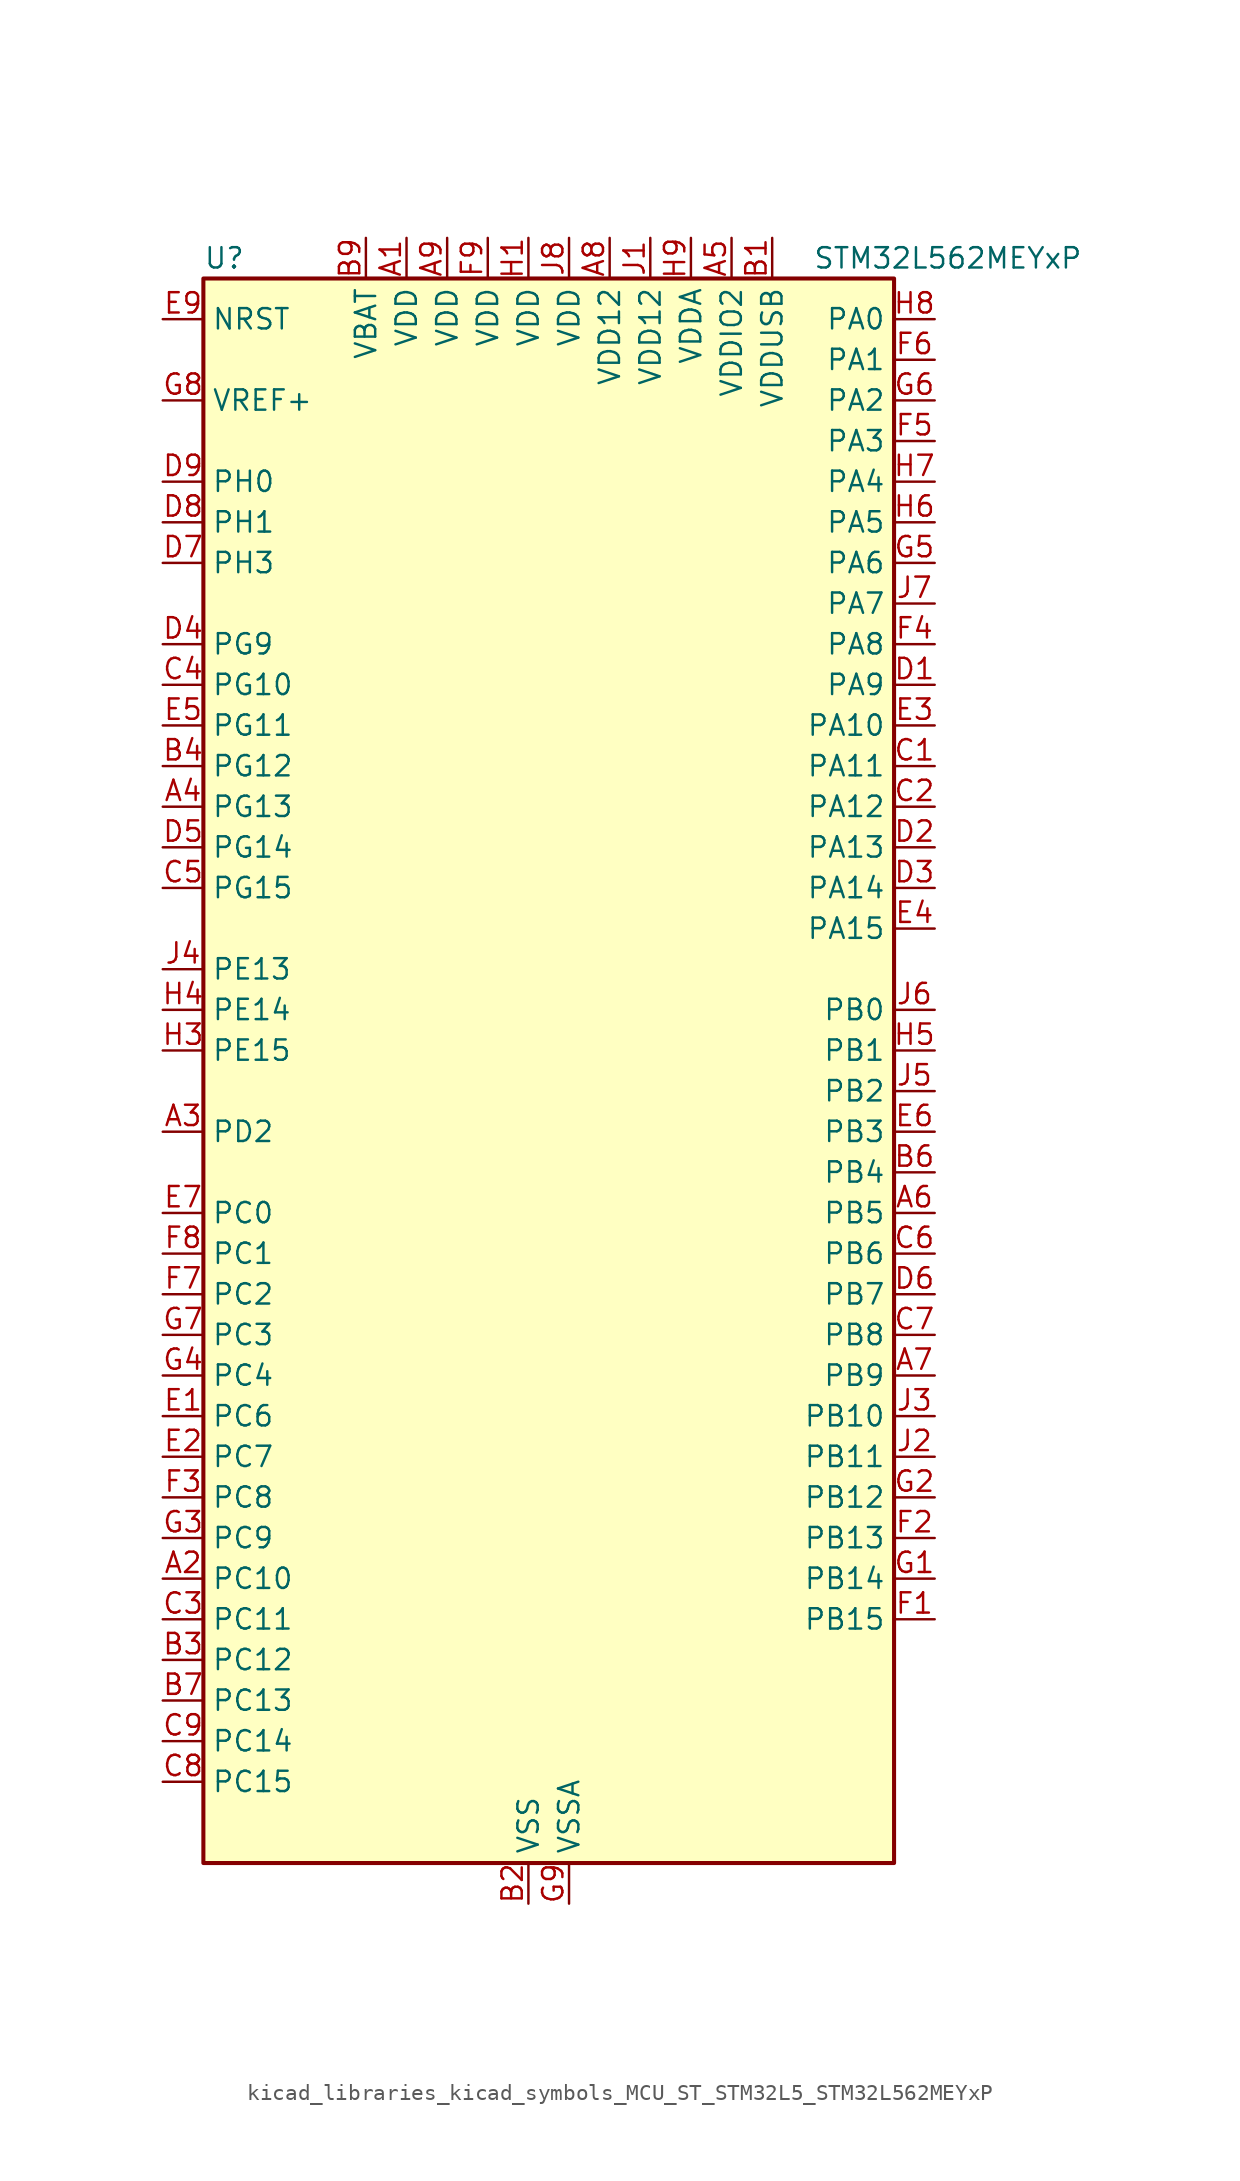
<source format=kicad_sym>
(kicad_symbol_lib
  (version 20220914)
  (generator kicad_symbol_editor)
  (symbol "kicad_libraries_kicad_symbols_MCU_ST_STM32L5_STM32L562MEYxP"
    (property "Reference" "U"
      (at -20.32 52.07 0)
      (effects (font (size 1.27 1.27)) (justify left)))
    (property "Value" "STM32L562MEYxP"
      (at 17.78 52.07 0)
      (effects (font (size 1.27 1.27)) (justify left)))
    (property "ki_locked" ""
      (at 0 0 0)
      (effects (font (size 1.27 1.27))))
    (symbol "kicad_libraries_kicad_symbols_MCU_ST_STM32L5_STM32L562MEYxP_0_1"
      (rectangle (start -20.32 -48.26) (end 22.86 50.8) (stroke (width 0.254) (type default)) (fill (type background))))
    (symbol "kicad_libraries_kicad_symbols_MCU_ST_STM32L5_STM32L562MEYxP_1_1"
      (pin power_in line (at -7.62 53.34 270) (length 2.54) (name "VDD" (effects (font (size 1.27 1.27)))) (number "A1" (effects (font (size 1.27 1.27)))))
      (pin bidirectional line (at -22.86 -30.48 0) (length 2.54) (name "PC10" (effects (font (size 1.27 1.27)))) (number "A2" (effects (font (size 1.27 1.27)))) (alternate "DEBUG_TRACED1" bidirectional line) (alternate "LPTIM3_ETR" bidirectional line) (alternate "SAI2_SCK_B" bidirectional line) (alternate "SDMMC1_D2" bidirectional line) (alternate "SPI3_SCK" bidirectional line) (alternate "TSC_G3_IO2" bidirectional line) (alternate "UART4_TX" bidirectional line) (alternate "USART3_TX" bidirectional line))
      (pin bidirectional line (at -22.86 -2.54 0) (length 2.54) (name "PD2" (effects (font (size 1.27 1.27)))) (number "A3" (effects (font (size 1.27 1.27)))) (alternate "DEBUG_TRACED2" bidirectional line) (alternate "SDMMC1_CMD" bidirectional line) (alternate "TIM3_ETR" bidirectional line) (alternate "TSC_SYNC" bidirectional line) (alternate "UART5_RX" bidirectional line) (alternate "USART3_DE" bidirectional line) (alternate "USART3_RTS" bidirectional line))
      (pin bidirectional line (at -22.86 17.78 0) (length 2.54) (name "PG13" (effects (font (size 1.27 1.27)))) (number "A4" (effects (font (size 1.27 1.27)))) (alternate "I2C1_SDA" bidirectional line) (alternate "USART1_CK" bidirectional line))
      (pin power_in line (at 12.7 53.34 270) (length 2.54) (name "VDDIO2" (effects (font (size 1.27 1.27)))) (number "A5" (effects (font (size 1.27 1.27)))))
      (pin bidirectional line (at 25.4 -7.62 180) (length 2.54) (name "PB5" (effects (font (size 1.27 1.27)))) (number "A6" (effects (font (size 1.27 1.27)))) (alternate "COMP2_OUT" bidirectional line) (alternate "I2C1_SMBA" bidirectional line) (alternate "LPTIM1_IN1" bidirectional line) (alternate "OCTOSPI1_NCLK" bidirectional line) (alternate "SAI1_SD_B" bidirectional line) (alternate "SPI1_MOSI" bidirectional line) (alternate "SPI3_MOSI" bidirectional line) (alternate "TIM16_BKIN" bidirectional line) (alternate "TIM3_CH2" bidirectional line) (alternate "TSC_G2_IO2" bidirectional line) (alternate "UART5_CTS" bidirectional line) (alternate "UCPD1_DBCC1" bidirectional line) (alternate "USART1_CK" bidirectional line))
      (pin bidirectional line (at 25.4 -17.78 180) (length 2.54) (name "PB9" (effects (font (size 1.27 1.27)))) (number "A7" (effects (font (size 1.27 1.27)))) (alternate "DAC1_EXTI9" bidirectional line) (alternate "FDCAN1_TX" bidirectional line) (alternate "I2C1_SDA" bidirectional line) (alternate "IR_OUT" bidirectional line) (alternate "SAI1_D2" bidirectional line) (alternate "SAI1_FS_A" bidirectional line) (alternate "SDMMC1_CDIR" bidirectional line) (alternate "SDMMC1_D5" bidirectional line) (alternate "SPI2_NSS" bidirectional line) (alternate "TIM17_CH1" bidirectional line) (alternate "TIM4_CH4" bidirectional line))
      (pin power_in line (at 5.08 53.34 270) (length 2.54) (name "VDD12" (effects (font (size 1.27 1.27)))) (number "A8" (effects (font (size 1.27 1.27)))))
      (pin power_in line (at -5.08 53.34 270) (length 2.54) (name "VDD" (effects (font (size 1.27 1.27)))) (number "A9" (effects (font (size 1.27 1.27)))))
      (pin power_in line (at 15.24 53.34 270) (length 2.54) (name "VDDUSB" (effects (font (size 1.27 1.27)))) (number "B1" (effects (font (size 1.27 1.27)))))
      (pin power_in line (at 0 -50.8 90) (length 2.54) (name "VSS" (effects (font (size 1.27 1.27)))) (number "B2" (effects (font (size 1.27 1.27)))))
      (pin bidirectional line (at -22.86 -35.56 0) (length 2.54) (name "PC12" (effects (font (size 1.27 1.27)))) (number "B3" (effects (font (size 1.27 1.27)))) (alternate "DEBUG_TRACED3" bidirectional line) (alternate "SAI2_SD_B" bidirectional line) (alternate "SDMMC1_CK" bidirectional line) (alternate "SPI3_MOSI" bidirectional line) (alternate "TSC_G3_IO4" bidirectional line) (alternate "UART5_TX" bidirectional line) (alternate "USART3_CK" bidirectional line))
      (pin bidirectional line (at -22.86 20.32 0) (length 2.54) (name "PG12" (effects (font (size 1.27 1.27)))) (number "B4" (effects (font (size 1.27 1.27)))) (alternate "LPTIM1_ETR" bidirectional line) (alternate "SAI2_SD_A" bidirectional line) (alternate "SPI3_NSS" bidirectional line) (alternate "USART1_DE" bidirectional line) (alternate "USART1_RTS" bidirectional line))
      (pin passive line (at 0 -50.8 90) (length 2.54) hide (name "VSS" (effects (font (size 1.27 1.27)))) (number "B5" (effects (font (size 1.27 1.27)))))
      (pin bidirectional line (at 25.4 -5.08 180) (length 2.54) (name "PB4" (effects (font (size 1.27 1.27)))) (number "B6" (effects (font (size 1.27 1.27)))) (alternate "COMP2_INP" bidirectional line) (alternate "DEBUG_JTRST" bidirectional line) (alternate "I2C3_SDA" bidirectional line) (alternate "SAI1_MCLK_B" bidirectional line) (alternate "SPI1_MISO" bidirectional line) (alternate "SPI3_MISO" bidirectional line) (alternate "TIM17_BKIN" bidirectional line) (alternate "TIM3_CH1" bidirectional line) (alternate "TSC_G2_IO1" bidirectional line) (alternate "UART5_DE" bidirectional line) (alternate "UART5_RTS" bidirectional line) (alternate "USART1_CTS" bidirectional line) (alternate "USART1_NSS" bidirectional line))
      (pin bidirectional line (at -22.86 -38.1 0) (length 2.54) (name "PC13" (effects (font (size 1.27 1.27)))) (number "B7" (effects (font (size 1.27 1.27)))) (alternate "PWR_WKUP2" bidirectional line) (alternate "RTC_OUT1" bidirectional line) (alternate "RTC_TS" bidirectional line) (alternate "TAMP_IN1" bidirectional line) (alternate "TAMP_OUT2" bidirectional line))
      (pin passive line (at 0 -50.8 90) (length 2.54) hide (name "VSS" (effects (font (size 1.27 1.27)))) (number "B8" (effects (font (size 1.27 1.27)))))
      (pin power_in line (at -10.16 53.34 270) (length 2.54) (name "VBAT" (effects (font (size 1.27 1.27)))) (number "B9" (effects (font (size 1.27 1.27)))))
      (pin bidirectional line (at 25.4 20.32 180) (length 2.54) (name "PA11" (effects (font (size 1.27 1.27)))) (number "C1" (effects (font (size 1.27 1.27)))) (alternate "ADC1_EXTI11" bidirectional line) (alternate "ADC2_EXTI11" bidirectional line) (alternate "FDCAN1_RX" bidirectional line) (alternate "SPI1_MISO" bidirectional line) (alternate "TIM1_BKIN2" bidirectional line) (alternate "TIM1_CH4" bidirectional line) (alternate "USART1_CTS" bidirectional line) (alternate "USART1_NSS" bidirectional line) (alternate "USB_DM" bidirectional line))
      (pin bidirectional line (at 25.4 17.78 180) (length 2.54) (name "PA12" (effects (font (size 1.27 1.27)))) (number "C2" (effects (font (size 1.27 1.27)))) (alternate "FDCAN1_TX" bidirectional line) (alternate "SPI1_MOSI" bidirectional line) (alternate "TIM1_ETR" bidirectional line) (alternate "USART1_DE" bidirectional line) (alternate "USART1_RTS" bidirectional line) (alternate "USB_DP" bidirectional line))
      (pin bidirectional line (at -22.86 -33.02 0) (length 2.54) (name "PC11" (effects (font (size 1.27 1.27)))) (number "C3" (effects (font (size 1.27 1.27)))) (alternate "ADC1_EXTI11" bidirectional line) (alternate "ADC2_EXTI11" bidirectional line) (alternate "LPTIM3_IN1" bidirectional line) (alternate "OCTOSPI1_NCS" bidirectional line) (alternate "SAI2_MCLK_B" bidirectional line) (alternate "SDMMC1_D3" bidirectional line) (alternate "SPI3_MISO" bidirectional line) (alternate "TSC_G3_IO3" bidirectional line) (alternate "UART4_RX" bidirectional line) (alternate "UCPD1_FRSTX2" bidirectional line) (alternate "USART3_RX" bidirectional line))
      (pin bidirectional line (at -22.86 25.4 0) (length 2.54) (name "PG10" (effects (font (size 1.27 1.27)))) (number "C4" (effects (font (size 1.27 1.27)))) (alternate "LPTIM1_IN1" bidirectional line) (alternate "SAI2_FS_A" bidirectional line) (alternate "SPI3_MISO" bidirectional line) (alternate "TIM15_CH1" bidirectional line) (alternate "USART1_RX" bidirectional line))
      (pin bidirectional line (at -22.86 12.7 0) (length 2.54) (name "PG15" (effects (font (size 1.27 1.27)))) (number "C5" (effects (font (size 1.27 1.27)))) (alternate "ADC1_EXTI15" bidirectional line) (alternate "ADC2_EXTI15" bidirectional line) (alternate "I2C1_SMBA" bidirectional line) (alternate "LPTIM1_OUT" bidirectional line))
      (pin bidirectional line (at 25.4 -10.16 180) (length 2.54) (name "PB6" (effects (font (size 1.27 1.27)))) (number "C6" (effects (font (size 1.27 1.27)))) (alternate "COMP2_INP" bidirectional line) (alternate "I2C1_SCL" bidirectional line) (alternate "I2C4_SCL" bidirectional line) (alternate "LPTIM1_ETR" bidirectional line) (alternate "SAI1_FS_B" bidirectional line) (alternate "TIM16_CH1N" bidirectional line) (alternate "TIM4_CH1" bidirectional line) (alternate "TIM8_BKIN2" bidirectional line) (alternate "TSC_G2_IO3" bidirectional line) (alternate "USART1_TX" bidirectional line))
      (pin bidirectional line (at 25.4 -15.24 180) (length 2.54) (name "PB8" (effects (font (size 1.27 1.27)))) (number "C7" (effects (font (size 1.27 1.27)))) (alternate "DFSDM1_CKOUT" bidirectional line) (alternate "FDCAN1_RX" bidirectional line) (alternate "I2C1_SCL" bidirectional line) (alternate "SAI1_CK1" bidirectional line) (alternate "SAI1_MCLK_A" bidirectional line) (alternate "SDMMC1_CKIN" bidirectional line) (alternate "SDMMC1_D4" bidirectional line) (alternate "TIM16_CH1" bidirectional line) (alternate "TIM4_CH3" bidirectional line))
      (pin bidirectional line (at -22.86 -43.18 0) (length 2.54) (name "PC15" (effects (font (size 1.27 1.27)))) (number "C8" (effects (font (size 1.27 1.27)))) (alternate "ADC1_EXTI15" bidirectional line) (alternate "ADC2_EXTI15" bidirectional line) (alternate "RCC_OSC32_OUT" bidirectional line))
      (pin bidirectional line (at -22.86 -40.64 0) (length 2.54) (name "PC14" (effects (font (size 1.27 1.27)))) (number "C9" (effects (font (size 1.27 1.27)))) (alternate "RCC_OSC32_IN" bidirectional line))
      (pin bidirectional line (at 25.4 25.4 180) (length 2.54) (name "PA9" (effects (font (size 1.27 1.27)))) (number "D1" (effects (font (size 1.27 1.27)))) (alternate "DAC1_EXTI9" bidirectional line) (alternate "SAI1_FS_A" bidirectional line) (alternate "SPI2_SCK" bidirectional line) (alternate "TIM15_BKIN" bidirectional line) (alternate "TIM1_CH2" bidirectional line) (alternate "USART1_TX" bidirectional line))
      (pin bidirectional line (at 25.4 15.24 180) (length 2.54) (name "PA13" (effects (font (size 1.27 1.27)))) (number "D2" (effects (font (size 1.27 1.27)))) (alternate "DEBUG_JTMS-SWDIO" bidirectional line) (alternate "IR_OUT" bidirectional line) (alternate "SAI1_SD_B" bidirectional line) (alternate "USB_NOE" bidirectional line))
      (pin bidirectional line (at 25.4 12.7 180) (length 2.54) (name "PA14" (effects (font (size 1.27 1.27)))) (number "D3" (effects (font (size 1.27 1.27)))) (alternate "DEBUG_JTCK-SWCLK" bidirectional line) (alternate "I2C1_SMBA" bidirectional line) (alternate "I2C4_SMBA" bidirectional line) (alternate "LPTIM1_OUT" bidirectional line) (alternate "SAI1_FS_B" bidirectional line))
      (pin bidirectional line (at -22.86 27.94 0) (length 2.54) (name "PG9" (effects (font (size 1.27 1.27)))) (number "D4" (effects (font (size 1.27 1.27)))) (alternate "DAC1_EXTI9" bidirectional line) (alternate "SAI2_SCK_A" bidirectional line) (alternate "SPI3_SCK" bidirectional line) (alternate "TIM15_CH1N" bidirectional line) (alternate "USART1_TX" bidirectional line))
      (pin bidirectional line (at -22.86 15.24 0) (length 2.54) (name "PG14" (effects (font (size 1.27 1.27)))) (number "D5" (effects (font (size 1.27 1.27)))) (alternate "I2C1_SCL" bidirectional line))
      (pin bidirectional line (at 25.4 -12.7 180) (length 2.54) (name "PB7" (effects (font (size 1.27 1.27)))) (number "D6" (effects (font (size 1.27 1.27)))) (alternate "COMP2_INM" bidirectional line) (alternate "I2C1_SDA" bidirectional line) (alternate "I2C4_SDA" bidirectional line) (alternate "LPTIM1_IN2" bidirectional line) (alternate "PWR_PVD_IN" bidirectional line) (alternate "TIM17_CH1N" bidirectional line) (alternate "TIM4_CH2" bidirectional line) (alternate "TIM8_BKIN" bidirectional line) (alternate "TSC_G2_IO4" bidirectional line) (alternate "UART4_CTS" bidirectional line) (alternate "USART1_RX" bidirectional line))
      (pin bidirectional line (at -22.86 33.02 0) (length 2.54) (name "PH3" (effects (font (size 1.27 1.27)))) (number "D7" (effects (font (size 1.27 1.27)))))
      (pin bidirectional line (at -22.86 35.56 0) (length 2.54) (name "PH1" (effects (font (size 1.27 1.27)))) (number "D8" (effects (font (size 1.27 1.27)))) (alternate "RCC_OSC_OUT" bidirectional line))
      (pin bidirectional line (at -22.86 38.1 0) (length 2.54) (name "PH0" (effects (font (size 1.27 1.27)))) (number "D9" (effects (font (size 1.27 1.27)))) (alternate "RCC_OSC_IN" bidirectional line))
      (pin bidirectional line (at -22.86 -20.32 0) (length 2.54) (name "PC6" (effects (font (size 1.27 1.27)))) (number "E1" (effects (font (size 1.27 1.27)))) (alternate "DFSDM1_CKIN3" bidirectional line) (alternate "SAI2_MCLK_A" bidirectional line) (alternate "SDMMC1_D0DIR" bidirectional line) (alternate "SDMMC1_D6" bidirectional line) (alternate "TIM3_CH1" bidirectional line) (alternate "TIM8_CH1" bidirectional line) (alternate "TSC_G4_IO1" bidirectional line))
      (pin bidirectional line (at -22.86 -22.86 0) (length 2.54) (name "PC7" (effects (font (size 1.27 1.27)))) (number "E2" (effects (font (size 1.27 1.27)))) (alternate "DFSDM1_DATIN3" bidirectional line) (alternate "SAI2_MCLK_B" bidirectional line) (alternate "SDMMC1_D123DIR" bidirectional line) (alternate "SDMMC1_D7" bidirectional line) (alternate "TIM3_CH2" bidirectional line) (alternate "TIM8_CH2" bidirectional line) (alternate "TSC_G4_IO2" bidirectional line))
      (pin bidirectional line (at 25.4 22.86 180) (length 2.54) (name "PA10" (effects (font (size 1.27 1.27)))) (number "E3" (effects (font (size 1.27 1.27)))) (alternate "CRS_SYNC" bidirectional line) (alternate "SAI1_D1" bidirectional line) (alternate "SAI1_SD_A" bidirectional line) (alternate "TIM17_BKIN" bidirectional line) (alternate "TIM1_CH3" bidirectional line) (alternate "USART1_RX" bidirectional line))
      (pin bidirectional line (at 25.4 10.16 180) (length 2.54) (name "PA15" (effects (font (size 1.27 1.27)))) (number "E4" (effects (font (size 1.27 1.27)))) (alternate "ADC1_EXTI15" bidirectional line) (alternate "ADC2_EXTI15" bidirectional line) (alternate "DEBUG_JTDI" bidirectional line) (alternate "SAI2_FS_B" bidirectional line) (alternate "SPI1_NSS" bidirectional line) (alternate "SPI3_NSS" bidirectional line) (alternate "TIM2_CH1" bidirectional line) (alternate "TIM2_ETR" bidirectional line) (alternate "UART4_DE" bidirectional line) (alternate "UART4_RTS" bidirectional line) (alternate "UCPD1_CC1" bidirectional line) (alternate "USART2_RX" bidirectional line) (alternate "USART3_DE" bidirectional line) (alternate "USART3_RTS" bidirectional line))
      (pin bidirectional line (at -22.86 22.86 0) (length 2.54) (name "PG11" (effects (font (size 1.27 1.27)))) (number "E5" (effects (font (size 1.27 1.27)))) (alternate "ADC1_EXTI11" bidirectional line) (alternate "ADC2_EXTI11" bidirectional line) (alternate "LPTIM1_IN2" bidirectional line) (alternate "OCTOSPI1_IO5" bidirectional line) (alternate "SAI2_MCLK_A" bidirectional line) (alternate "SPI3_MOSI" bidirectional line) (alternate "TIM15_CH2" bidirectional line) (alternate "USART1_CTS" bidirectional line) (alternate "USART1_NSS" bidirectional line))
      (pin bidirectional line (at 25.4 -2.54 180) (length 2.54) (name "PB3" (effects (font (size 1.27 1.27)))) (number "E6" (effects (font (size 1.27 1.27)))) (alternate "COMP2_INM" bidirectional line) (alternate "CRS_SYNC" bidirectional line) (alternate "DEBUG_JTDO-SWO" bidirectional line) (alternate "SAI1_SCK_B" bidirectional line) (alternate "SPI1_SCK" bidirectional line) (alternate "SPI3_SCK" bidirectional line) (alternate "TIM2_CH2" bidirectional line) (alternate "USART1_DE" bidirectional line) (alternate "USART1_RTS" bidirectional line))
      (pin bidirectional line (at -22.86 -7.62 0) (length 2.54) (name "PC0" (effects (font (size 1.27 1.27)))) (number "E7" (effects (font (size 1.27 1.27)))) (alternate "ADC1_IN1" bidirectional line) (alternate "ADC2_IN1" bidirectional line) (alternate "I2C3_SCL" bidirectional line) (alternate "LPTIM1_IN1" bidirectional line) (alternate "LPTIM2_IN1" bidirectional line) (alternate "LPUART1_RX" bidirectional line) (alternate "OCTOSPI1_IO7" bidirectional line) (alternate "SAI2_FS_A" bidirectional line) (alternate "SDMMC1_D5" bidirectional line))
      (pin passive line (at 0 -50.8 90) (length 2.54) hide (name "VSS" (effects (font (size 1.27 1.27)))) (number "E8" (effects (font (size 1.27 1.27)))))
      (pin input line (at -22.86 48.26 0) (length 2.54) (name "NRST" (effects (font (size 1.27 1.27)))) (number "E9" (effects (font (size 1.27 1.27)))))
      (pin bidirectional line (at 25.4 -33.02 180) (length 2.54) (name "PB15" (effects (font (size 1.27 1.27)))) (number "F1" (effects (font (size 1.27 1.27)))) (alternate "ADC1_EXTI15" bidirectional line) (alternate "ADC2_EXTI15" bidirectional line) (alternate "DFSDM1_CKIN2" bidirectional line) (alternate "RTC_REFIN" bidirectional line) (alternate "SAI2_SD_A" bidirectional line) (alternate "SPI2_MOSI" bidirectional line) (alternate "TIM15_CH2" bidirectional line) (alternate "TIM1_CH3N" bidirectional line) (alternate "TIM8_CH3N" bidirectional line) (alternate "UCPD1_CC2" bidirectional line))
      (pin bidirectional line (at 25.4 -27.94 180) (length 2.54) (name "PB13" (effects (font (size 1.27 1.27)))) (number "F2" (effects (font (size 1.27 1.27)))) (alternate "DFSDM1_CKIN1" bidirectional line) (alternate "I2C2_SCL" bidirectional line) (alternate "LPTIM3_IN1" bidirectional line) (alternate "LPUART1_CTS" bidirectional line) (alternate "SAI2_SCK_A" bidirectional line) (alternate "SPI2_SCK" bidirectional line) (alternate "TIM15_CH1N" bidirectional line) (alternate "TIM1_CH1N" bidirectional line) (alternate "TSC_G1_IO2" bidirectional line) (alternate "UCPD1_FRSTX2" bidirectional line) (alternate "USART3_CTS" bidirectional line) (alternate "USART3_NSS" bidirectional line))
      (pin bidirectional line (at -22.86 -25.4 0) (length 2.54) (name "PC8" (effects (font (size 1.27 1.27)))) (number "F3" (effects (font (size 1.27 1.27)))) (alternate "SDMMC1_D0" bidirectional line) (alternate "TIM3_CH3" bidirectional line) (alternate "TIM8_CH3" bidirectional line) (alternate "TSC_G4_IO3" bidirectional line))
      (pin bidirectional line (at 25.4 27.94 180) (length 2.54) (name "PA8" (effects (font (size 1.27 1.27)))) (number "F4" (effects (font (size 1.27 1.27)))) (alternate "LPTIM2_OUT" bidirectional line) (alternate "RCC_MCO" bidirectional line) (alternate "SAI1_CK2" bidirectional line) (alternate "SAI1_SCK_A" bidirectional line) (alternate "TIM1_CH1" bidirectional line) (alternate "USART1_CK" bidirectional line))
      (pin bidirectional line (at 25.4 40.64 180) (length 2.54) (name "PA3" (effects (font (size 1.27 1.27)))) (number "F5" (effects (font (size 1.27 1.27)))) (alternate "ADC1_IN8" bidirectional line) (alternate "ADC2_IN8" bidirectional line) (alternate "LPUART1_RX" bidirectional line) (alternate "OCTOSPI1_CLK" bidirectional line) (alternate "OPAMP1_VOUT" bidirectional line) (alternate "SAI1_CK1" bidirectional line) (alternate "SAI1_MCLK_A" bidirectional line) (alternate "TIM15_CH2" bidirectional line) (alternate "TIM2_CH4" bidirectional line) (alternate "TIM5_CH4" bidirectional line) (alternate "USART2_RX" bidirectional line))
      (pin bidirectional line (at 25.4 45.72 180) (length 2.54) (name "PA1" (effects (font (size 1.27 1.27)))) (number "F6" (effects (font (size 1.27 1.27)))) (alternate "ADC1_IN6" bidirectional line) (alternate "ADC2_IN6" bidirectional line) (alternate "I2C1_SMBA" bidirectional line) (alternate "OCTOSPI1_DQS" bidirectional line) (alternate "OPAMP1_VINM" bidirectional line) (alternate "SPI1_SCK" bidirectional line) (alternate "TAMP_IN5" bidirectional line) (alternate "TAMP_OUT4" bidirectional line) (alternate "TIM15_CH1N" bidirectional line) (alternate "TIM2_CH2" bidirectional line) (alternate "TIM5_CH2" bidirectional line) (alternate "UART4_RX" bidirectional line) (alternate "USART2_DE" bidirectional line) (alternate "USART2_RTS" bidirectional line))
      (pin bidirectional line (at -22.86 -12.7 0) (length 2.54) (name "PC2" (effects (font (size 1.27 1.27)))) (number "F7" (effects (font (size 1.27 1.27)))) (alternate "ADC1_IN3" bidirectional line) (alternate "ADC2_IN3" bidirectional line) (alternate "DFSDM1_CKOUT" bidirectional line) (alternate "LPTIM1_IN2" bidirectional line) (alternate "OCTOSPI1_IO5" bidirectional line) (alternate "SPI2_MISO" bidirectional line))
      (pin bidirectional line (at -22.86 -10.16 0) (length 2.54) (name "PC1" (effects (font (size 1.27 1.27)))) (number "F8" (effects (font (size 1.27 1.27)))) (alternate "ADC1_IN2" bidirectional line) (alternate "ADC2_IN2" bidirectional line) (alternate "DEBUG_TRACED0" bidirectional line) (alternate "I2C3_SDA" bidirectional line) (alternate "LPTIM1_OUT" bidirectional line) (alternate "LPUART1_TX" bidirectional line) (alternate "OCTOSPI1_IO4" bidirectional line) (alternate "SAI1_SD_A" bidirectional line) (alternate "SPI2_MOSI" bidirectional line))
      (pin power_in line (at -2.54 53.34 270) (length 2.54) (name "VDD" (effects (font (size 1.27 1.27)))) (number "F9" (effects (font (size 1.27 1.27)))))
      (pin bidirectional line (at 25.4 -30.48 180) (length 2.54) (name "PB14" (effects (font (size 1.27 1.27)))) (number "G1" (effects (font (size 1.27 1.27)))) (alternate "DFSDM1_DATIN2" bidirectional line) (alternate "I2C2_SDA" bidirectional line) (alternate "LPTIM3_ETR" bidirectional line) (alternate "SAI2_MCLK_A" bidirectional line) (alternate "SPI2_MISO" bidirectional line) (alternate "TIM15_CH1" bidirectional line) (alternate "TIM1_CH2N" bidirectional line) (alternate "TIM8_CH2N" bidirectional line) (alternate "TSC_G1_IO3" bidirectional line) (alternate "UCPD1_DBCC2" bidirectional line) (alternate "USART3_DE" bidirectional line) (alternate "USART3_RTS" bidirectional line))
      (pin bidirectional line (at 25.4 -25.4 180) (length 2.54) (name "PB12" (effects (font (size 1.27 1.27)))) (number "G2" (effects (font (size 1.27 1.27)))) (alternate "DFSDM1_DATIN1" bidirectional line) (alternate "I2C2_SMBA" bidirectional line) (alternate "LPUART1_DE" bidirectional line) (alternate "LPUART1_RTS" bidirectional line) (alternate "OCTOSPI1_NCLK" bidirectional line) (alternate "SAI2_FS_A" bidirectional line) (alternate "SPI2_NSS" bidirectional line) (alternate "TIM15_BKIN" bidirectional line) (alternate "TIM1_BKIN" bidirectional line) (alternate "TSC_G1_IO1" bidirectional line) (alternate "USART3_CK" bidirectional line))
      (pin bidirectional line (at -22.86 -27.94 0) (length 2.54) (name "PC9" (effects (font (size 1.27 1.27)))) (number "G3" (effects (font (size 1.27 1.27)))) (alternate "DAC1_EXTI9" bidirectional line) (alternate "DEBUG_TRACED0" bidirectional line) (alternate "SAI2_EXTCLK" bidirectional line) (alternate "SDMMC1_D1" bidirectional line) (alternate "TIM3_CH4" bidirectional line) (alternate "TIM8_BKIN2" bidirectional line) (alternate "TIM8_CH4" bidirectional line) (alternate "TSC_G4_IO4" bidirectional line) (alternate "USB_NOE" bidirectional line))
      (pin bidirectional line (at -22.86 -17.78 0) (length 2.54) (name "PC4" (effects (font (size 1.27 1.27)))) (number "G4" (effects (font (size 1.27 1.27)))) (alternate "ADC1_IN13" bidirectional line) (alternate "ADC2_IN13" bidirectional line) (alternate "COMP1_INM" bidirectional line) (alternate "OCTOSPI1_IO7" bidirectional line) (alternate "USART3_TX" bidirectional line))
      (pin bidirectional line (at 25.4 33.02 180) (length 2.54) (name "PA6" (effects (font (size 1.27 1.27)))) (number "G5" (effects (font (size 1.27 1.27)))) (alternate "ADC1_IN11" bidirectional line) (alternate "ADC2_IN11" bidirectional line) (alternate "LPUART1_CTS" bidirectional line) (alternate "OCTOSPI1_IO3" bidirectional line) (alternate "OPAMP2_VINP" bidirectional line) (alternate "SPI1_MISO" bidirectional line) (alternate "TIM16_CH1" bidirectional line) (alternate "TIM1_BKIN" bidirectional line) (alternate "TIM3_CH1" bidirectional line) (alternate "TIM8_BKIN" bidirectional line) (alternate "USART3_CTS" bidirectional line) (alternate "USART3_NSS" bidirectional line))
      (pin bidirectional line (at 25.4 43.18 180) (length 2.54) (name "PA2" (effects (font (size 1.27 1.27)))) (number "G6" (effects (font (size 1.27 1.27)))) (alternate "ADC1_IN7" bidirectional line) (alternate "ADC2_IN7" bidirectional line) (alternate "COMP1_INP" bidirectional line) (alternate "LPUART1_TX" bidirectional line) (alternate "OCTOSPI1_NCS" bidirectional line) (alternate "PWR_WKUP4" bidirectional line) (alternate "RCC_LSCO" bidirectional line) (alternate "SAI2_EXTCLK" bidirectional line) (alternate "TIM15_CH1" bidirectional line) (alternate "TIM2_CH3" bidirectional line) (alternate "TIM5_CH3" bidirectional line) (alternate "UCPD1_FRSTX1" bidirectional line) (alternate "USART2_TX" bidirectional line))
      (pin bidirectional line (at -22.86 -15.24 0) (length 2.54) (name "PC3" (effects (font (size 1.27 1.27)))) (number "G7" (effects (font (size 1.27 1.27)))) (alternate "ADC1_IN4" bidirectional line) (alternate "ADC2_IN4" bidirectional line) (alternate "LPTIM1_ETR" bidirectional line) (alternate "LPTIM2_ETR" bidirectional line) (alternate "LPTIM3_OUT" bidirectional line) (alternate "OCTOSPI1_IO6" bidirectional line) (alternate "SAI1_D1" bidirectional line) (alternate "SAI1_SD_A" bidirectional line) (alternate "SPI2_MOSI" bidirectional line))
      (pin input line (at -22.86 43.18 0) (length 2.54) (name "VREF+" (effects (font (size 1.27 1.27)))) (number "G8" (effects (font (size 1.27 1.27)))))
      (pin power_in line (at 2.54 -50.8 90) (length 2.54) (name "VSSA" (effects (font (size 1.27 1.27)))) (number "G9" (effects (font (size 1.27 1.27)))))
      (pin power_in line (at 0 53.34 270) (length 2.54) (name "VDD" (effects (font (size 1.27 1.27)))) (number "H1" (effects (font (size 1.27 1.27)))))
      (pin passive line (at 0 -50.8 90) (length 2.54) hide (name "VSS" (effects (font (size 1.27 1.27)))) (number "H2" (effects (font (size 1.27 1.27)))))
      (pin bidirectional line (at -22.86 2.54 0) (length 2.54) (name "PE15" (effects (font (size 1.27 1.27)))) (number "H3" (effects (font (size 1.27 1.27)))) (alternate "ADC1_EXTI15" bidirectional line) (alternate "ADC2_EXTI15" bidirectional line) (alternate "OCTOSPI1_IO3" bidirectional line) (alternate "SPI1_MOSI" bidirectional line) (alternate "TIM1_BKIN" bidirectional line))
      (pin bidirectional line (at -22.86 5.08 0) (length 2.54) (name "PE14" (effects (font (size 1.27 1.27)))) (number "H4" (effects (font (size 1.27 1.27)))) (alternate "OCTOSPI1_IO2" bidirectional line) (alternate "SPI1_MISO" bidirectional line) (alternate "TIM1_BKIN2" bidirectional line) (alternate "TIM1_CH4" bidirectional line))
      (pin bidirectional line (at 25.4 2.54 180) (length 2.54) (name "PB1" (effects (font (size 1.27 1.27)))) (number "H5" (effects (font (size 1.27 1.27)))) (alternate "ADC1_IN16" bidirectional line) (alternate "ADC2_IN16" bidirectional line) (alternate "COMP1_INM" bidirectional line) (alternate "DFSDM1_DATIN0" bidirectional line) (alternate "LPTIM2_IN1" bidirectional line) (alternate "LPUART1_DE" bidirectional line) (alternate "LPUART1_RTS" bidirectional line) (alternate "OCTOSPI1_IO0" bidirectional line) (alternate "TIM1_CH3N" bidirectional line) (alternate "TIM3_CH4" bidirectional line) (alternate "TIM8_CH3N" bidirectional line) (alternate "USART3_DE" bidirectional line) (alternate "USART3_RTS" bidirectional line))
      (pin bidirectional line (at 25.4 35.56 180) (length 2.54) (name "PA5" (effects (font (size 1.27 1.27)))) (number "H6" (effects (font (size 1.27 1.27)))) (alternate "ADC1_IN10" bidirectional line) (alternate "ADC2_IN10" bidirectional line) (alternate "DAC1_OUT2" bidirectional line) (alternate "LPTIM2_ETR" bidirectional line) (alternate "SPI1_SCK" bidirectional line) (alternate "TIM2_CH1" bidirectional line) (alternate "TIM2_ETR" bidirectional line) (alternate "TIM8_CH1N" bidirectional line))
      (pin bidirectional line (at 25.4 38.1 180) (length 2.54) (name "PA4" (effects (font (size 1.27 1.27)))) (number "H7" (effects (font (size 1.27 1.27)))) (alternate "ADC1_IN9" bidirectional line) (alternate "ADC2_IN9" bidirectional line) (alternate "DAC1_OUT1" bidirectional line) (alternate "LPTIM2_OUT" bidirectional line) (alternate "OCTOSPI1_NCS" bidirectional line) (alternate "SAI1_FS_B" bidirectional line) (alternate "SPI1_NSS" bidirectional line) (alternate "SPI3_NSS" bidirectional line) (alternate "USART2_CK" bidirectional line))
      (pin bidirectional line (at 25.4 48.26 180) (length 2.54) (name "PA0" (effects (font (size 1.27 1.27)))) (number "H8" (effects (font (size 1.27 1.27)))) (alternate "ADC1_IN5" bidirectional line) (alternate "ADC2_IN5" bidirectional line) (alternate "OPAMP1_VINP" bidirectional line) (alternate "PWR_WKUP1" bidirectional line) (alternate "SAI1_EXTCLK" bidirectional line) (alternate "TAMP_IN2" bidirectional line) (alternate "TAMP_OUT1" bidirectional line) (alternate "TIM2_CH1" bidirectional line) (alternate "TIM2_ETR" bidirectional line) (alternate "TIM5_CH1" bidirectional line) (alternate "TIM8_ETR" bidirectional line) (alternate "UART4_TX" bidirectional line) (alternate "USART2_CTS" bidirectional line) (alternate "USART2_NSS" bidirectional line))
      (pin power_in line (at 10.16 53.34 270) (length 2.54) (name "VDDA" (effects (font (size 1.27 1.27)))) (number "H9" (effects (font (size 1.27 1.27)))))
      (pin power_in line (at 7.62 53.34 270) (length 2.54) (name "VDD12" (effects (font (size 1.27 1.27)))) (number "J1" (effects (font (size 1.27 1.27)))))
      (pin bidirectional line (at 25.4 -22.86 180) (length 2.54) (name "PB11" (effects (font (size 1.27 1.27)))) (number "J2" (effects (font (size 1.27 1.27)))) (alternate "ADC1_EXTI11" bidirectional line) (alternate "ADC2_EXTI11" bidirectional line) (alternate "COMP2_OUT" bidirectional line) (alternate "I2C2_SDA" bidirectional line) (alternate "I2C4_SDA" bidirectional line) (alternate "LPUART1_TX" bidirectional line) (alternate "OCTOSPI1_NCS" bidirectional line) (alternate "TIM2_CH4" bidirectional line) (alternate "USART3_RX" bidirectional line))
      (pin bidirectional line (at 25.4 -20.32 180) (length 2.54) (name "PB10" (effects (font (size 1.27 1.27)))) (number "J3" (effects (font (size 1.27 1.27)))) (alternate "COMP1_OUT" bidirectional line) (alternate "I2C2_SCL" bidirectional line) (alternate "I2C4_SCL" bidirectional line) (alternate "LPTIM3_OUT" bidirectional line) (alternate "LPUART1_RX" bidirectional line) (alternate "OCTOSPI1_CLK" bidirectional line) (alternate "SAI1_SCK_A" bidirectional line) (alternate "SPI2_SCK" bidirectional line) (alternate "TIM2_CH3" bidirectional line) (alternate "TSC_SYNC" bidirectional line) (alternate "USART3_TX" bidirectional line))
      (pin bidirectional line (at -22.86 7.62 0) (length 2.54) (name "PE13" (effects (font (size 1.27 1.27)))) (number "J4" (effects (font (size 1.27 1.27)))) (alternate "OCTOSPI1_IO1" bidirectional line) (alternate "SPI1_SCK" bidirectional line) (alternate "TIM1_CH3" bidirectional line) (alternate "TSC_G5_IO4" bidirectional line))
      (pin bidirectional line (at 25.4 0 180) (length 2.54) (name "PB2" (effects (font (size 1.27 1.27)))) (number "J5" (effects (font (size 1.27 1.27)))) (alternate "COMP1_INP" bidirectional line) (alternate "DFSDM1_CKIN0" bidirectional line) (alternate "I2C3_SMBA" bidirectional line) (alternate "LPTIM1_OUT" bidirectional line) (alternate "OCTOSPI1_DQS" bidirectional line) (alternate "RTC_OUT2" bidirectional line) (alternate "UCPD1_FRSTX1" bidirectional line))
      (pin bidirectional line (at 25.4 5.08 180) (length 2.54) (name "PB0" (effects (font (size 1.27 1.27)))) (number "J6" (effects (font (size 1.27 1.27)))) (alternate "ADC1_IN15" bidirectional line) (alternate "ADC2_IN15" bidirectional line) (alternate "COMP1_OUT" bidirectional line) (alternate "OCTOSPI1_IO1" bidirectional line) (alternate "OPAMP2_VOUT" bidirectional line) (alternate "SAI1_EXTCLK" bidirectional line) (alternate "SPI1_NSS" bidirectional line) (alternate "TIM1_CH2N" bidirectional line) (alternate "TIM3_CH3" bidirectional line) (alternate "TIM8_CH2N" bidirectional line) (alternate "USART3_CK" bidirectional line))
      (pin bidirectional line (at 25.4 30.48 180) (length 2.54) (name "PA7" (effects (font (size 1.27 1.27)))) (number "J7" (effects (font (size 1.27 1.27)))) (alternate "ADC1_IN12" bidirectional line) (alternate "ADC2_IN12" bidirectional line) (alternate "I2C3_SCL" bidirectional line) (alternate "OCTOSPI1_IO2" bidirectional line) (alternate "OPAMP2_VINM" bidirectional line) (alternate "SPI1_MOSI" bidirectional line) (alternate "TIM17_CH1" bidirectional line) (alternate "TIM1_CH1N" bidirectional line) (alternate "TIM3_CH2" bidirectional line) (alternate "TIM8_CH1N" bidirectional line))
      (pin power_in line (at 2.54 53.34 270) (length 2.54) (name "VDD" (effects (font (size 1.27 1.27)))) (number "J8" (effects (font (size 1.27 1.27)))))
      (pin passive line (at 0 -50.8 90) (length 2.54) hide (name "VSS" (effects (font (size 1.27 1.27)))) (number "J9" (effects (font (size 1.27 1.27))))))))
</source>
